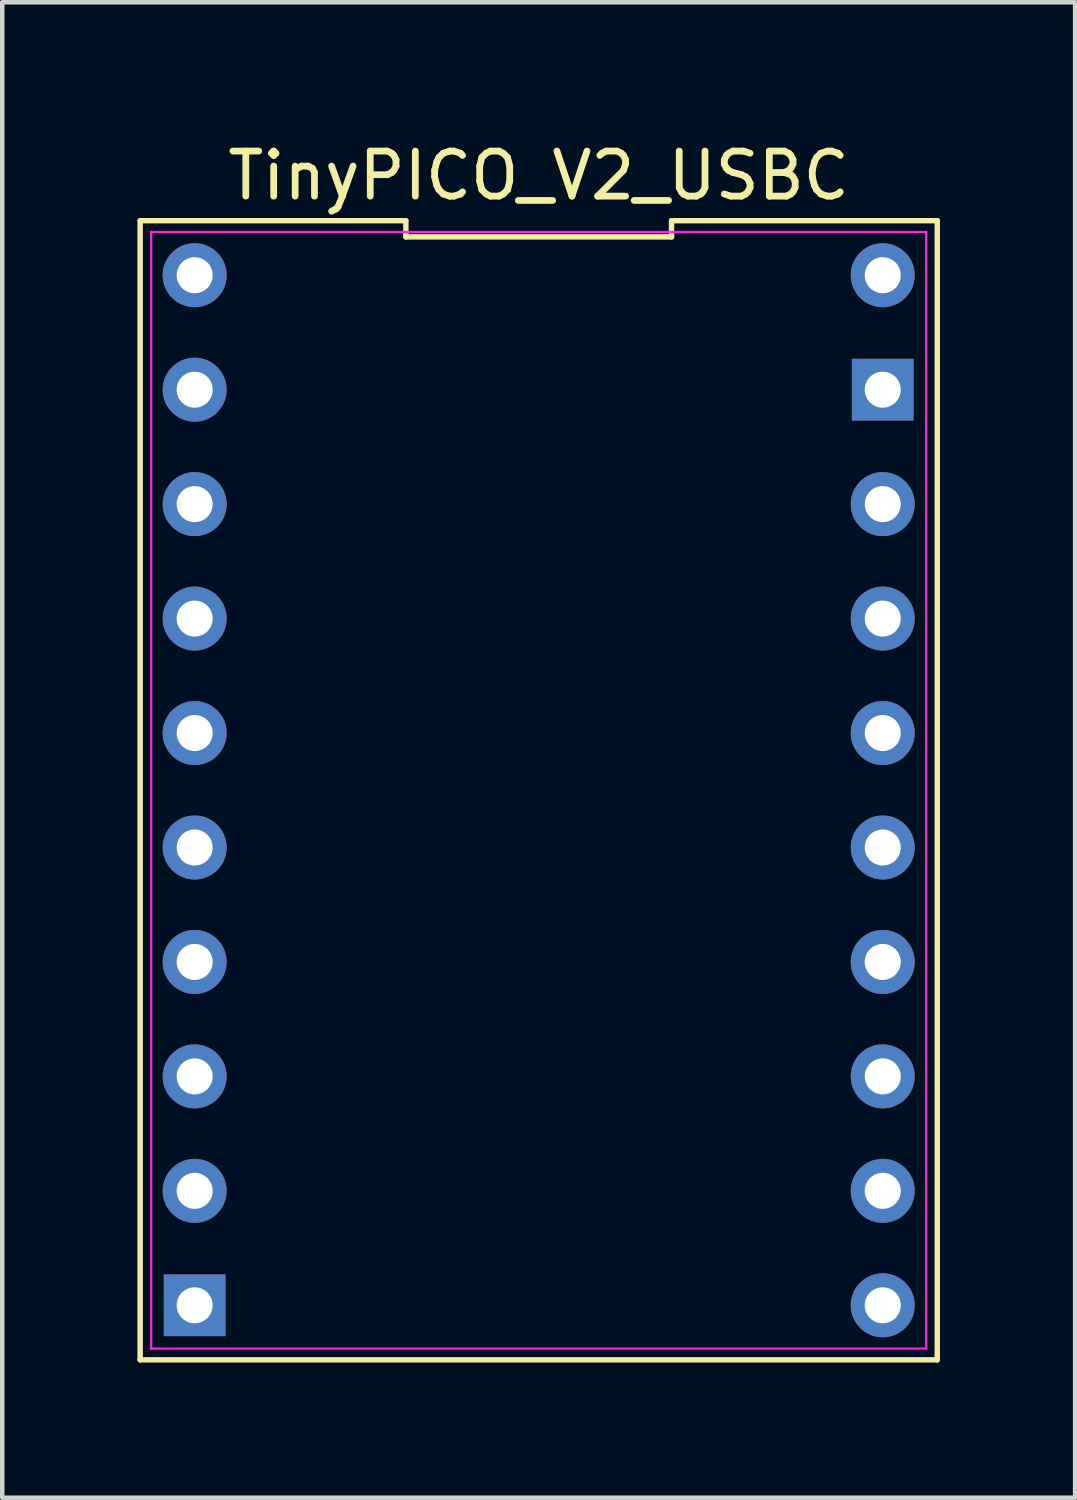
<source format=kicad_pcb>
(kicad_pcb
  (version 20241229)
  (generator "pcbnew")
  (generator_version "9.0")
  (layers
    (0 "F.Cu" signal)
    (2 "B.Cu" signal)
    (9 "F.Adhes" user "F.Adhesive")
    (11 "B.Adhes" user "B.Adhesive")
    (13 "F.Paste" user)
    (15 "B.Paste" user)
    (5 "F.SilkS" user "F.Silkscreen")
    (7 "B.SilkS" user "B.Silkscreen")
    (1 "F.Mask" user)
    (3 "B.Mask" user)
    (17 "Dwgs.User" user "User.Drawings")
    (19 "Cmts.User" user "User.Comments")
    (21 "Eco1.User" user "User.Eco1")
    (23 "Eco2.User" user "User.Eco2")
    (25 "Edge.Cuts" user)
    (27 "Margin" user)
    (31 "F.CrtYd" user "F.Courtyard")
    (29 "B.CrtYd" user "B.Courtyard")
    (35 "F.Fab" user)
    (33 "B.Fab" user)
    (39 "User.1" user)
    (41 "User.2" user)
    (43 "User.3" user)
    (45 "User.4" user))
  (footprint "TinyPICO_V2_USBC"
    (layer "F.Cu")
    (at 8.905 14.488)
    (property "Reference" "TinyPICO_V2_USBC" (at 0 -13.64 0) (layer "F.SilkS") (effects (font (size 1 1) (thickness 0.15))))
    (attr through_hole)
    (fp_line (start -8.845 -12.64) (end -8.845 12.64) (stroke (width 0.12) (type default)) (layer "F.SilkS"))
    (fp_line (start -8.845 12.64) (end 8.845 12.64) (stroke (width 0.12) (type default)) (layer "F.SilkS"))
    (fp_line (start -2.948 -12.64) (end -8.845 -12.64) (stroke (width 0.12) (type default)) (layer "F.SilkS"))
    (fp_line (start -2.948 -12.28) (end -2.948 -12.64) (stroke (width 0.12) (type default)) (layer "F.SilkS"))
    (fp_line (start 2.948 -12.64) (end 2.948 -12.28) (stroke (width 0.12) (type default)) (layer "F.SilkS"))
    (fp_line (start 2.948 -12.28) (end -2.948 -12.28) (stroke (width 0.12) (type default)) (layer "F.SilkS"))
    (fp_line (start 8.845 -12.64) (end 2.948 -12.64) (stroke (width 0.12) (type default)) (layer "F.SilkS"))
    (fp_line (start 8.845 12.64) (end 8.845 -12.64) (stroke (width 0.12) (type default)) (layer "F.SilkS"))
    (fp_line (start -8.6 -12.39) (end 8.6 -12.39) (stroke (width 0.05) (type default)) (layer "F.CrtYd"))
    (fp_line (start -8.6 12.39) (end -8.6 -12.39) (stroke (width 0.05) (type default)) (layer "F.CrtYd"))
    (fp_line (start 8.6 -12.39) (end 8.6 12.39) (stroke (width 0.05) (type default)) (layer "F.CrtYd"))
    (fp_line (start 8.6 12.39) (end -8.6 12.39) (stroke (width 0.05) (type default)) (layer "F.CrtYd"))
    (pad "1" thru_hole circle (at -7.635 -11.43 270) (size 1.42 1.42) (drill 0.8) (layers "*.Cu" "*.Mask"))
    (pad "2" thru_hole circle (at -7.635 -8.89 270) (size 1.42 1.42) (drill 0.8) (layers "*.Cu" "*.Mask"))
    (pad "3" thru_hole circle (at -7.635 -6.35 270) (size 1.42 1.42) (drill 0.8) (layers "*.Cu" "*.Mask"))
    (pad "4" thru_hole circle (at -7.635 -3.81 270) (size 1.42 1.42) (drill 0.8) (layers "*.Cu" "*.Mask"))
    (pad "5" thru_hole circle (at -7.635 -1.27 270) (size 1.42 1.42) (drill 0.8) (layers "*.Cu" "*.Mask"))
    (pad "6" thru_hole circle (at -7.635 1.27 270) (size 1.42 1.42) (drill 0.8) (layers "*.Cu" "*.Mask"))
    (pad "7" thru_hole circle (at -7.635 3.81 270) (size 1.42 1.42) (drill 0.8) (layers "*.Cu" "*.Mask"))
    (pad "8" thru_hole circle (at -7.635 6.35 270) (size 1.42 1.42) (drill 0.8) (layers "*.Cu" "*.Mask"))
    (pad "9" thru_hole circle (at -7.635 8.89 270) (size 1.42 1.42) (drill 0.8) (layers "*.Cu" "*.Mask"))
    (pad "10" thru_hole rect (at -7.635 11.43 270) (size 1.37 1.37) (drill 0.8) (layers "*.Cu" "*.Mask"))
    (pad "11" thru_hole circle (at 7.635 11.43 270) (size 1.42 1.42) (drill 0.8) (layers "*.Cu" "*.Mask"))
    (pad "12" thru_hole circle (at 7.635 8.89 270) (size 1.42 1.42) (drill 0.8) (layers "*.Cu" "*.Mask"))
    (pad "13" thru_hole circle (at 7.635 6.35 270) (size 1.42 1.42) (drill 0.8) (layers "*.Cu" "*.Mask"))
    (pad "14" thru_hole circle (at 7.635 3.81 270) (size 1.42 1.42) (drill 0.8) (layers "*.Cu" "*.Mask"))
    (pad "15" thru_hole circle (at 7.635 1.27 270) (size 1.42 1.42) (drill 0.8) (layers "*.Cu" "*.Mask"))
    (pad "16" thru_hole circle (at 7.635 -1.27 270) (size 1.42 1.42) (drill 0.8) (layers "*.Cu" "*.Mask"))
    (pad "17" thru_hole circle (at 7.635 -3.81 270) (size 1.42 1.42) (drill 0.8) (layers "*.Cu" "*.Mask"))
    (pad "18" thru_hole circle (at 7.635 -6.35 270) (size 1.42 1.42) (drill 0.8) (layers "*.Cu" "*.Mask"))
    (pad "19" thru_hole rect (at 7.635 -8.89 270) (size 1.37 1.37) (drill 0.8) (layers "*.Cu" "*.Mask"))
    (pad "20" thru_hole circle (at 7.635 -11.43 270) (size 1.42 1.42) (drill 0.8) (layers "*.Cu" "*.Mask")))
  (gr_rect
    (start -3 -3)
    (end 20.81 30.188)
    (stroke (width 0.1) (type default))
    (fill no)
    (layer "Edge.Cuts")))
</source>
